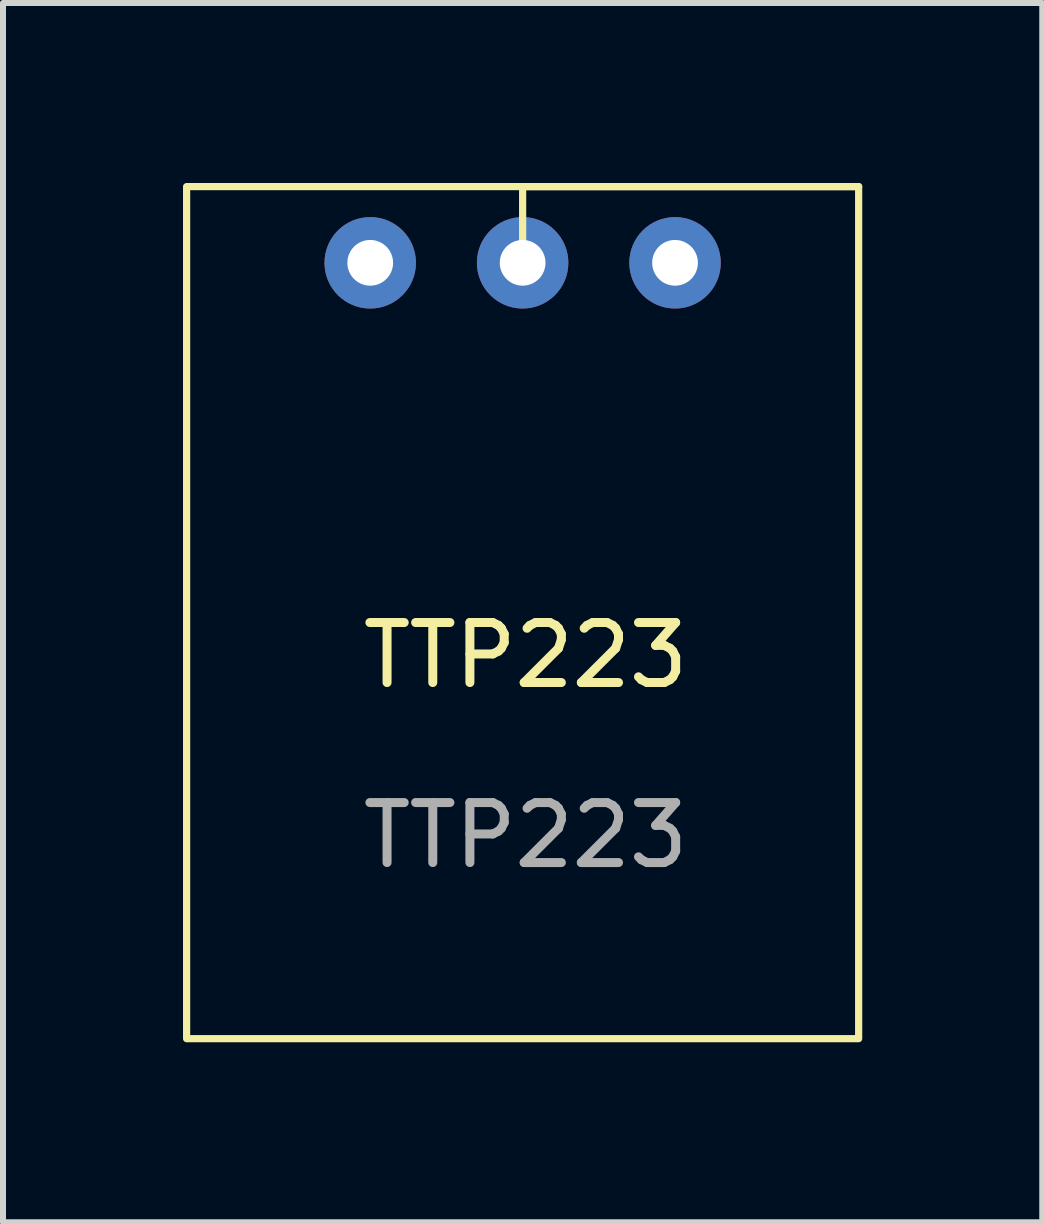
<source format=kicad_pcb>
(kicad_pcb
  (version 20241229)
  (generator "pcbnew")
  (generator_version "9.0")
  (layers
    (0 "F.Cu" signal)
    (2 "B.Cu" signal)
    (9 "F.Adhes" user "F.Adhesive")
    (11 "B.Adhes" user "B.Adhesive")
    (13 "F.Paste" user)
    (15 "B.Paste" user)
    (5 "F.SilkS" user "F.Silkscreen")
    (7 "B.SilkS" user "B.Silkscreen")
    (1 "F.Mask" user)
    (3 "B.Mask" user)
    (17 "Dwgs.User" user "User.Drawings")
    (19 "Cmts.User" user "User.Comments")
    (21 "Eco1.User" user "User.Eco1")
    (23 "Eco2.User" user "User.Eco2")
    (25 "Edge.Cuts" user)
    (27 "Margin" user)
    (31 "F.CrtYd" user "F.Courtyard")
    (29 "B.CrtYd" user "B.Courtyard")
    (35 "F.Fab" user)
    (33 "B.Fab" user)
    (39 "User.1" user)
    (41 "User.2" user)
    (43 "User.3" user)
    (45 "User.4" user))
  (footprint "TTP223"
    (layer "F.Cu")
    (at 5.66 6.49)
    (property "Reference" "TTP223" (at 0.05 1.38 0) (unlocked yes) (layer "F.SilkS") (effects (font (size 1 1) (thickness 0.15))))
    (attr through_hole)
    (fp_line (start 0 -6.43) (end 5.6 -6.43) (stroke (width 0.12) (type solid)) (layer "F.SilkS"))
    (fp_line (start 0 -5.2) (end 0 -6.43) (stroke (width 0.12) (type solid)) (layer "F.SilkS"))
    (fp_rect (start 5.6 -6.43) (end -5.6 7.77) (stroke (width 0.12) (type solid)) (fill no) (layer "F.SilkS"))
    (fp_text user "${REFERENCE}" (at 0.05 4.38 0) (unlocked yes) (layer "F.Fab") (effects (font (size 1 1) (thickness 0.15))))
    (pad "1" thru_hole circle (at -2.54 -5.16) (size 1.524 1.524) (drill 0.762) (layers "*.Cu" "*.Mask"))
    (pad "2" thru_hole circle (at 0 -5.16) (size 1.524 1.524) (drill 0.762) (layers "*.Cu" "*.Mask"))
    (pad "3" thru_hole circle (at 2.54 -5.16) (size 1.524 1.524) (drill 0.762) (layers "*.Cu" "*.Mask")))
  (gr_rect
    (start -3 -3)
    (end 14.32 17.32)
    (stroke (width 0.1) (type default))
    (fill no)
    (layer "Edge.Cuts")))
</source>
